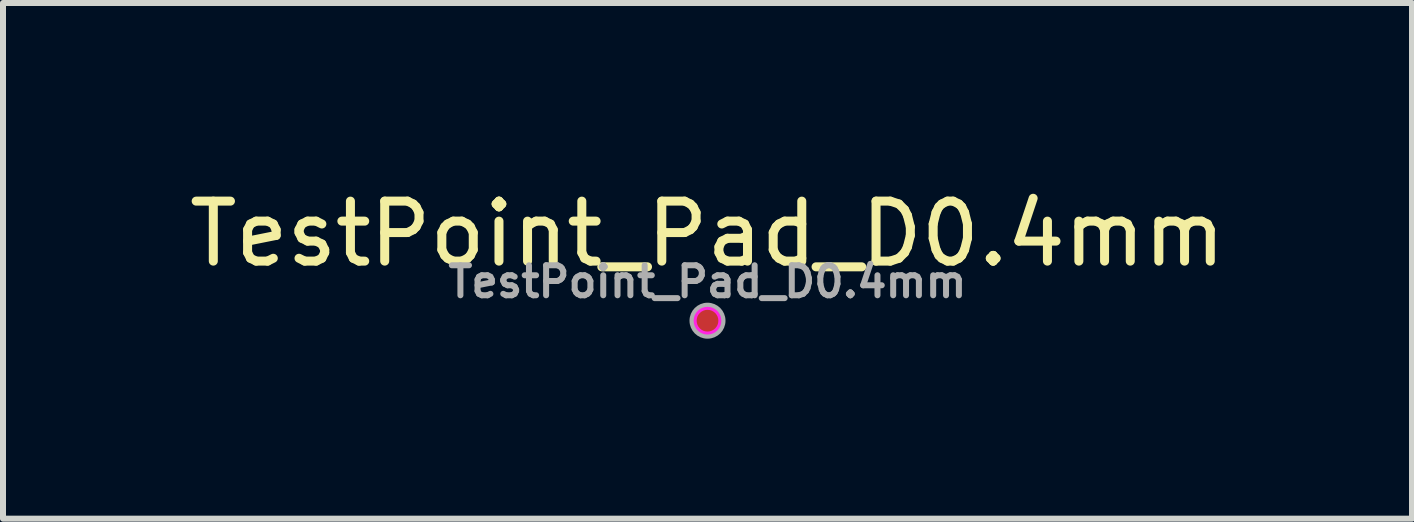
<source format=kicad_pcb>
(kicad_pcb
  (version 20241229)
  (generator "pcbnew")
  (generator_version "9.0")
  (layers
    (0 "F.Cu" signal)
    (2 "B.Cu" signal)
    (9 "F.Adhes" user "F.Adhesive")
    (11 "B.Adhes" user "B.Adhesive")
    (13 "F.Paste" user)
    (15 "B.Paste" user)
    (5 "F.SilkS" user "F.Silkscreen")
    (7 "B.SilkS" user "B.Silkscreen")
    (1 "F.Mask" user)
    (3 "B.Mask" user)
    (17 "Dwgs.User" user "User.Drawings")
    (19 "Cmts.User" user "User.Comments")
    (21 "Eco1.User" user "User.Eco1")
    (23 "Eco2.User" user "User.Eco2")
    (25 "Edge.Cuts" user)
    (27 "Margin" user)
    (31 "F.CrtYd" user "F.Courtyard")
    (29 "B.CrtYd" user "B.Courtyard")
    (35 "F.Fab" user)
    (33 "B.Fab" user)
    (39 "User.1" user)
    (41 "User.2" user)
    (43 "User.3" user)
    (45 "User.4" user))
  (footprint "TestPoint_Pad_D0.4mm"
    (layer "F.Cu")
    (at 8.744 2.296)
    (property "Reference" "TestPoint_Pad_D0.4mm" (at 0 -1.448 0) (layer "F.SilkS") (effects (font (size 1 1) (thickness 0.15))))
    (attr exclude_from_pos_files exclude_from_bom)
    (fp_circle (center 0 0) (end 0.2 -0.05) (stroke (width 0.05) (type solid)) (fill no) (layer "F.CrtYd"))
    (fp_circle (center 0 0) (end 0.25 0) (stroke (width 0.1) (type solid)) (fill no) (layer "F.Fab"))
    (fp_text user "${REFERENCE}" (at 0 -0.65 0) (layer "F.Fab") (effects (font (size 0.5 0.5) (thickness 0.1))))
    (pad "1" smd circle (at 0 0) (size 0.4 0.4) (property pad_prop_testpoint) (layers "F.Cu" "F.Mask")))
  (gr_rect
    (start -3 -3)
    (end 20.488 5.596)
    (stroke (width 0.1) (type default))
    (fill no)
    (layer "Edge.Cuts")))
</source>
